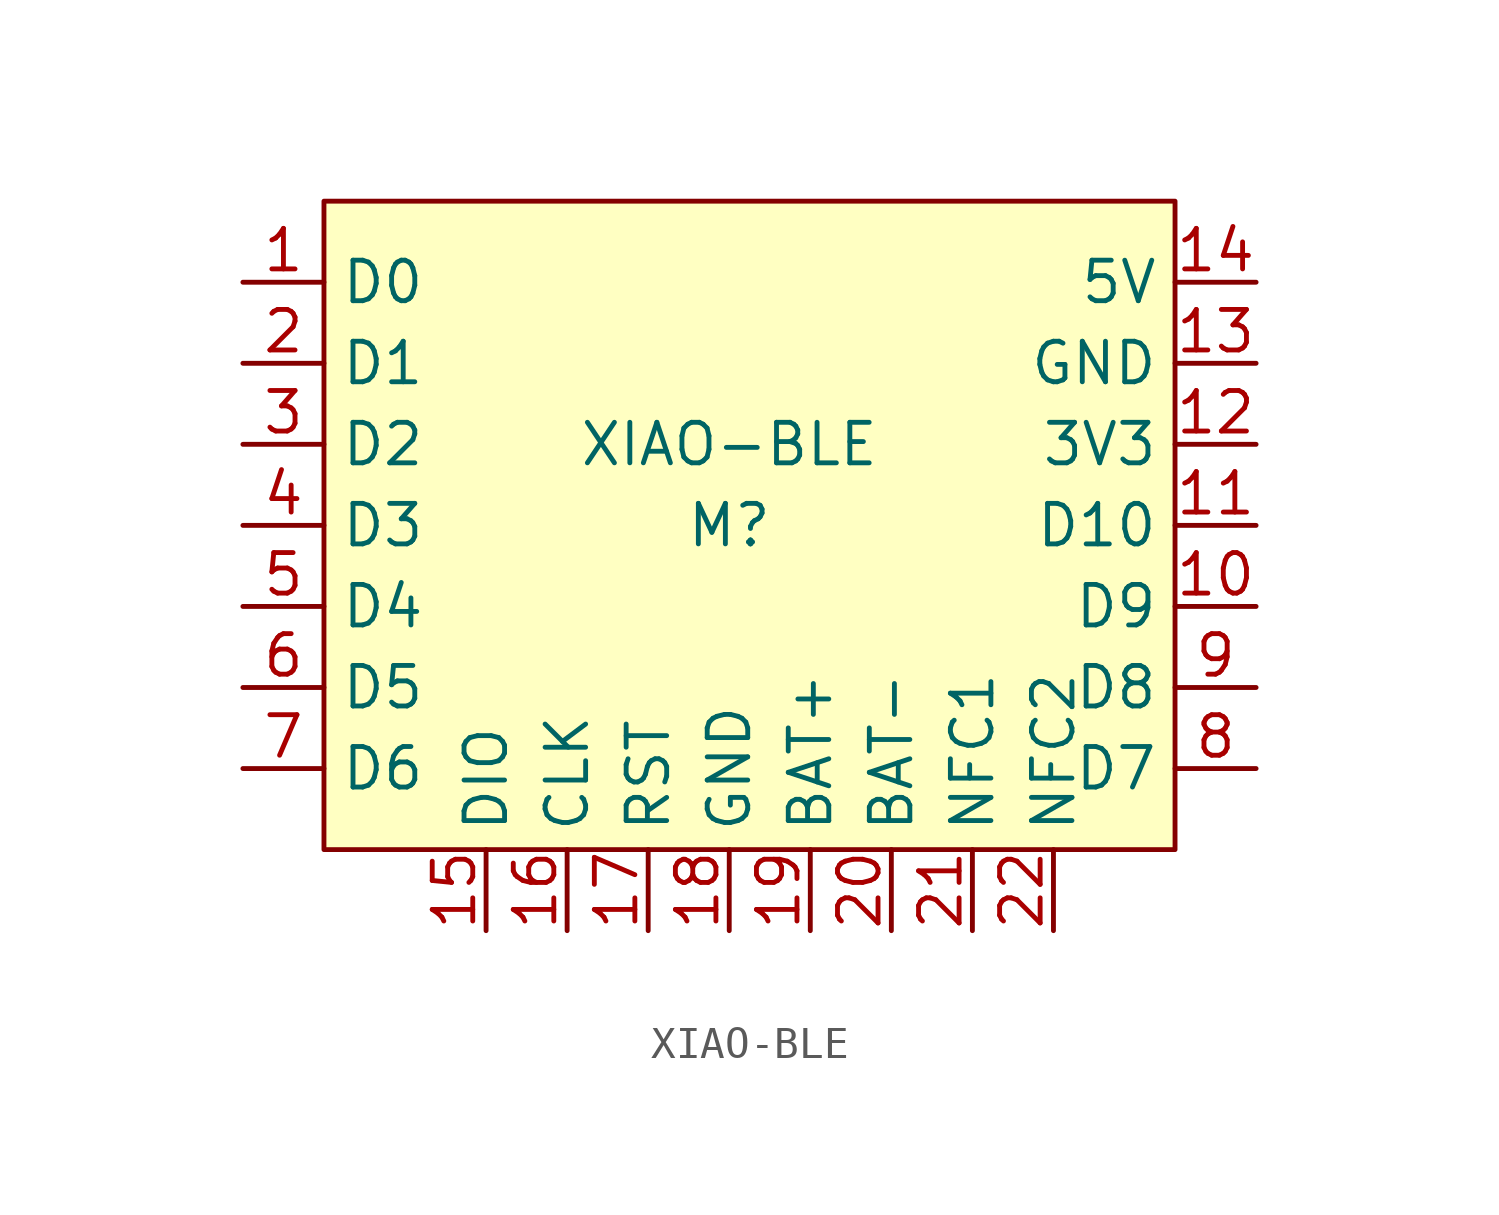
<source format=kicad_sym>
(kicad_symbol_lib
  (version 20211014)
  (generator kicad_symbol_editor)
  (symbol "XIAO-BLE"
    (property "Reference" "M"
      (at 0 0 0)
      (effects (font (size 1.27 1.27))))
    (property "Value" "XIAO-BLE"
      (at 0 2.54 0)
      (effects (font (size 1.27 1.27))))
    (symbol "XIAO-BLE_0_1"
      (rectangle (start -12.7 10.16) (end 13.97 -10.16) (stroke (width 0) (type default) (color 0 0 0 0)) (fill (type background))))
    (symbol "XIAO-BLE_1_1"
      (pin bidirectional line (at -15.24 7.62 0) (length 2.54) (name "D0" (effects (font (size 1.27 1.27)))) (number "1" (effects (font (size 1.27 1.27)))))
      (pin bidirectional line (at 16.51 -2.54 180) (length 2.54) (name "D9" (effects (font (size 1.27 1.27)))) (number "10" (effects (font (size 1.27 1.27)))))
      (pin bidirectional line (at 16.51 0 180) (length 2.54) (name "D10" (effects (font (size 1.27 1.27)))) (number "11" (effects (font (size 1.27 1.27)))))
      (pin power_in line (at 16.51 2.54 180) (length 2.54) (name "3V3" (effects (font (size 1.27 1.27)))) (number "12" (effects (font (size 1.27 1.27)))))
      (pin power_in line (at 16.51 5.08 180) (length 2.54) (name "GND" (effects (font (size 1.27 1.27)))) (number "13" (effects (font (size 1.27 1.27)))))
      (pin power_in line (at 16.51 7.62 180) (length 2.54) (name "5V" (effects (font (size 1.27 1.27)))) (number "14" (effects (font (size 1.27 1.27)))))
      (pin bidirectional line (at -7.62 -12.7 90) (length 2.54) (name "DIO" (effects (font (size 1.27 1.27)))) (number "15" (effects (font (size 1.27 1.27)))))
      (pin bidirectional line (at -5.08 -12.7 90) (length 2.54) (name "CLK" (effects (font (size 1.27 1.27)))) (number "16" (effects (font (size 1.27 1.27)))))
      (pin bidirectional line (at -2.54 -12.7 90) (length 2.54) (name "RST" (effects (font (size 1.27 1.27)))) (number "17" (effects (font (size 1.27 1.27)))))
      (pin bidirectional line (at 0 -12.7 90) (length 2.54) (name "GND" (effects (font (size 1.27 1.27)))) (number "18" (effects (font (size 1.27 1.27)))))
      (pin bidirectional line (at 2.54 -12.7 90) (length 2.54) (name "BAT+" (effects (font (size 1.27 1.27)))) (number "19" (effects (font (size 1.27 1.27)))))
      (pin bidirectional line (at -15.24 5.08 0) (length 2.54) (name "D1" (effects (font (size 1.27 1.27)))) (number "2" (effects (font (size 1.27 1.27)))))
      (pin bidirectional line (at 5.08 -12.7 90) (length 2.54) (name "BAT-" (effects (font (size 1.27 1.27)))) (number "20" (effects (font (size 1.27 1.27)))))
      (pin bidirectional line (at 7.62 -12.7 90) (length 2.54) (name "NFC1" (effects (font (size 1.27 1.27)))) (number "21" (effects (font (size 1.27 1.27)))))
      (pin bidirectional line (at 10.16 -12.7 90) (length 2.54) (name "NFC2" (effects (font (size 1.27 1.27)))) (number "22" (effects (font (size 1.27 1.27)))))
      (pin bidirectional line (at -15.24 2.54 0) (length 2.54) (name "D2" (effects (font (size 1.27 1.27)))) (number "3" (effects (font (size 1.27 1.27)))))
      (pin bidirectional line (at -15.24 0 0) (length 2.54) (name "D3" (effects (font (size 1.27 1.27)))) (number "4" (effects (font (size 1.27 1.27)))))
      (pin bidirectional line (at -15.24 -2.54 0) (length 2.54) (name "D4" (effects (font (size 1.27 1.27)))) (number "5" (effects (font (size 1.27 1.27)))))
      (pin bidirectional line (at -15.24 -5.08 0) (length 2.54) (name "D5" (effects (font (size 1.27 1.27)))) (number "6" (effects (font (size 1.27 1.27)))))
      (pin bidirectional line (at -15.24 -7.62 0) (length 2.54) (name "D6" (effects (font (size 1.27 1.27)))) (number "7" (effects (font (size 1.27 1.27)))))
      (pin bidirectional line (at 16.51 -7.62 180) (length 2.54) (name "D7" (effects (font (size 1.27 1.27)))) (number "8" (effects (font (size 1.27 1.27)))))
      (pin bidirectional line (at 16.51 -5.08 180) (length 2.54) (name "D8" (effects (font (size 1.27 1.27)))) (number "9" (effects (font (size 1.27 1.27))))))))
</source>
